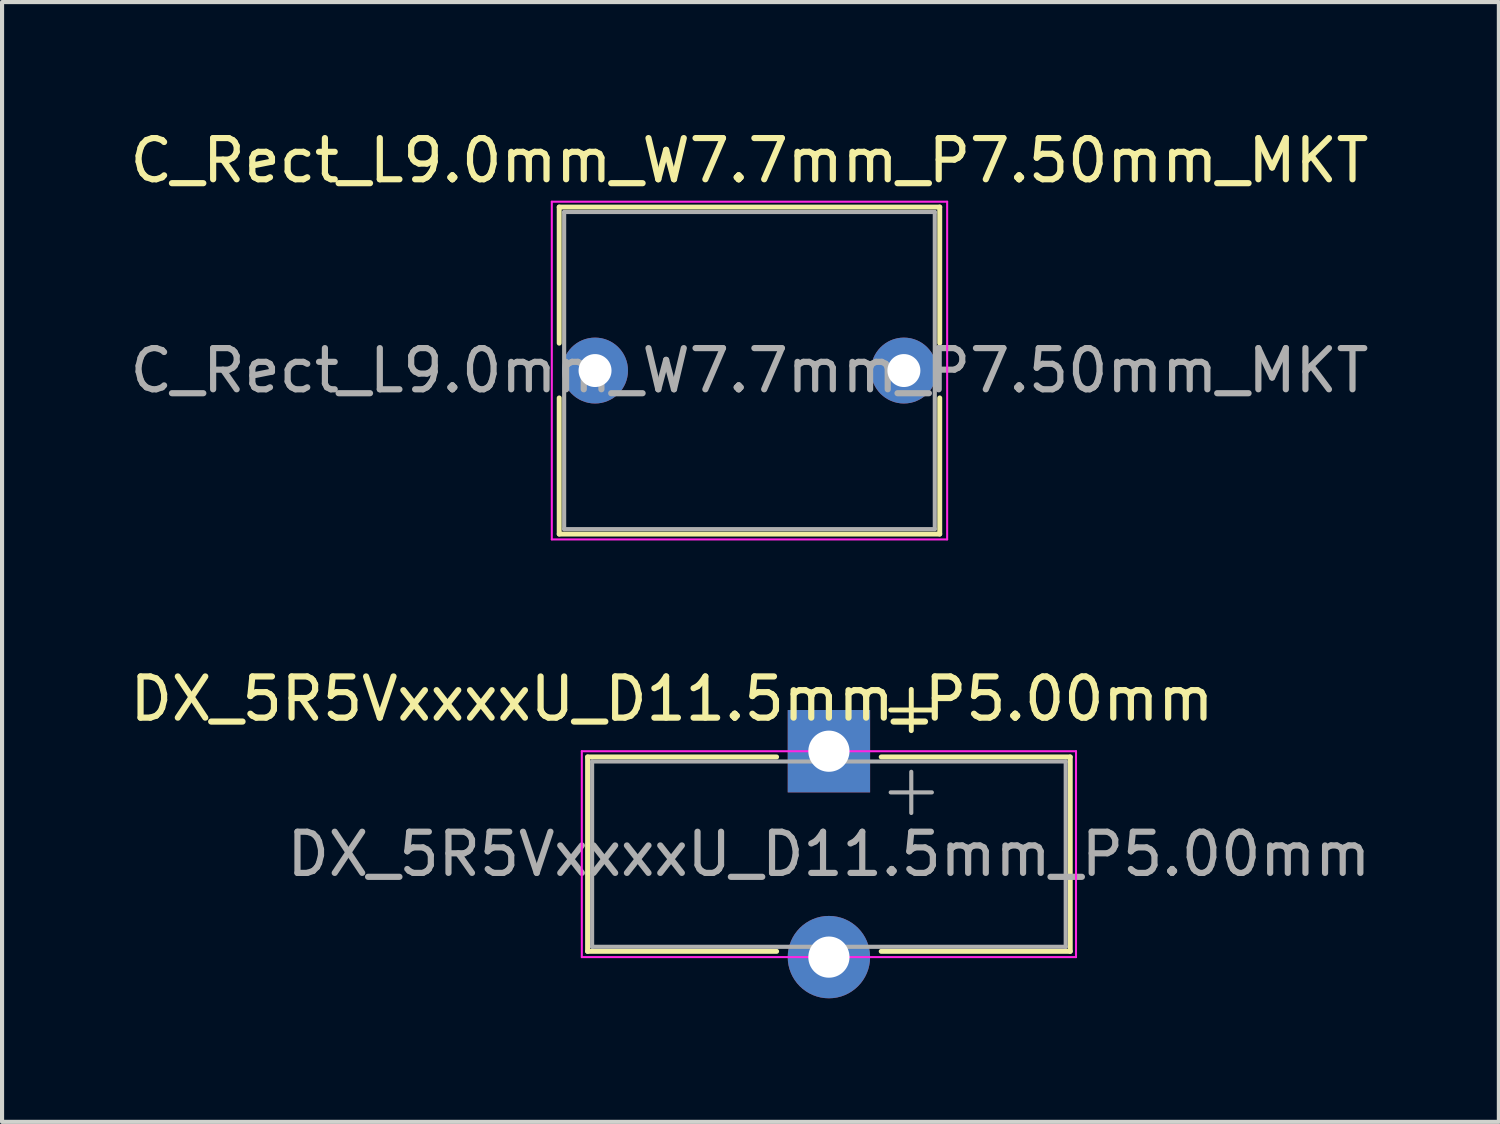
<source format=kicad_pcb>
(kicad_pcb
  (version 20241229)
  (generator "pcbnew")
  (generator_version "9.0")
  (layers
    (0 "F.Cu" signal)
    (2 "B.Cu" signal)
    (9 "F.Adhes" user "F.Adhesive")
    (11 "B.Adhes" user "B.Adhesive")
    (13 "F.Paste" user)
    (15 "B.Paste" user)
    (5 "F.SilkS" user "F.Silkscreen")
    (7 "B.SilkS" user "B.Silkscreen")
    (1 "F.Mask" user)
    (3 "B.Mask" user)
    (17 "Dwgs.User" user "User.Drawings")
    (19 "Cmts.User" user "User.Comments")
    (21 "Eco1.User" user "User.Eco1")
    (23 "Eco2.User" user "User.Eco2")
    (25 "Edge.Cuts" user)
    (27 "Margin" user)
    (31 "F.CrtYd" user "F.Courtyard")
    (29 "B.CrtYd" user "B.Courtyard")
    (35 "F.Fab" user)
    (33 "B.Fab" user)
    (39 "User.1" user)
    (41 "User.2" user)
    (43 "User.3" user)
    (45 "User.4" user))
  (footprint "C_Rect_L9.0mm_W7.7mm_P7.50mm_MKT"
    (layer "F.Cu")
    (at 11.399 5.948)
    (property "Reference" "C_Rect_L9.0mm_W7.7mm_P7.50mm_MKT" (at 3.75 -5.1 0) (layer "F.SilkS") (effects (font (size 1 1) (thickness 0.15))))
    (attr through_hole)
    (fp_line (start -0.87 -3.97) (end -0.87 -0.665) (stroke (width 0.12) (type solid)) (layer "F.SilkS"))
    (fp_line (start -0.87 -3.97) (end 8.37 -3.97) (stroke (width 0.12) (type solid)) (layer "F.SilkS"))
    (fp_line (start -0.87 0.665) (end -0.87 3.97) (stroke (width 0.12) (type solid)) (layer "F.SilkS"))
    (fp_line (start -0.87 3.97) (end 8.37 3.97) (stroke (width 0.12) (type solid)) (layer "F.SilkS"))
    (fp_line (start 8.37 -3.97) (end 8.37 -0.665) (stroke (width 0.12) (type solid)) (layer "F.SilkS"))
    (fp_line (start 8.37 0.665) (end 8.37 3.97) (stroke (width 0.12) (type solid)) (layer "F.SilkS"))
    (fp_line (start -1.05 -4.1) (end -1.05 4.1) (stroke (width 0.05) (type solid)) (layer "F.CrtYd"))
    (fp_line (start -1.05 4.1) (end 8.55 4.1) (stroke (width 0.05) (type solid)) (layer "F.CrtYd"))
    (fp_line (start 8.55 -4.1) (end -1.05 -4.1) (stroke (width 0.05) (type solid)) (layer "F.CrtYd"))
    (fp_line (start 8.55 4.1) (end 8.55 -4.1) (stroke (width 0.05) (type solid)) (layer "F.CrtYd"))
    (fp_line (start -0.75 -3.85) (end -0.75 3.85) (stroke (width 0.1) (type solid)) (layer "F.Fab"))
    (fp_line (start -0.75 3.85) (end 8.25 3.85) (stroke (width 0.1) (type solid)) (layer "F.Fab"))
    (fp_line (start 8.25 -3.85) (end -0.75 -3.85) (stroke (width 0.1) (type solid)) (layer "F.Fab"))
    (fp_line (start 8.25 3.85) (end 8.25 -3.85) (stroke (width 0.1) (type solid)) (layer "F.Fab"))
    (fp_text user "${REFERENCE}" (at 3.75 0 0) (layer "F.Fab") (effects (font (size 1 1) (thickness 0.15))))
    (pad "1" thru_hole circle (at 0 0) (size 1.6 1.6) (drill 0.8) (layers "*.Cu" "*.Mask"))
    (pad "2" thru_hole circle (at 7.5 0) (size 1.6 1.6) (drill 0.8) (layers "*.Cu" "*.Mask")))
  (footprint "DX_5R5VxxxxU_D11.5mm_P5.00mm"
    (layer "F.Cu")
    (at 17.078 15.191)
    (property "Reference" "DX_5R5VxxxxU_D11.5mm_P5.00mm" (at -3.81 -1.27 0) (layer "F.SilkS") (effects (font (size 1 1) (thickness 0.15))))
    (fp_line (start -5.86 0.14) (end -5.86 4.86) (stroke (width 0.12) (type solid)) (layer "F.SilkS"))
    (fp_line (start -5.86 0.14) (end -1.27 0.14) (stroke (width 0.12) (type solid)) (layer "F.SilkS"))
    (fp_line (start -1.27 4.86) (end -5.86 4.86) (stroke (width 0.12) (type solid)) (layer "F.SilkS"))
    (fp_line (start 1.27 0.14) (end 5.86 0.14) (stroke (width 0.12) (type solid)) (layer "F.SilkS"))
    (fp_line (start 1.5 -1) (end 2.5 -1) (stroke (width 0.12) (type solid)) (layer "F.SilkS"))
    (fp_line (start 2 -1.5) (end 2 -0.5) (stroke (width 0.12) (type solid)) (layer "F.SilkS"))
    (fp_line (start 5.86 0.14) (end 5.86 4.86) (stroke (width 0.12) (type solid)) (layer "F.SilkS"))
    (fp_line (start 5.86 4.86) (end 1.27 4.86) (stroke (width 0.12) (type solid)) (layer "F.SilkS"))
    (fp_line (start -6 0) (end -6 5) (stroke (width 0.05) (type solid)) (layer "F.CrtYd"))
    (fp_line (start -6 0) (end 6 0) (stroke (width 0.05) (type solid)) (layer "F.CrtYd"))
    (fp_line (start 6 0) (end 6 5) (stroke (width 0.05) (type solid)) (layer "F.CrtYd"))
    (fp_line (start 6 5) (end -6 5) (stroke (width 0.05) (type solid)) (layer "F.CrtYd"))
    (fp_line (start -5.75 0.25) (end -5.75 4.75) (stroke (width 0.1) (type solid)) (layer "F.Fab"))
    (fp_line (start -5.75 0.25) (end 5.75 0.25) (stroke (width 0.1) (type solid)) (layer "F.Fab"))
    (fp_line (start -5.75 4.75) (end 5.75 4.75) (stroke (width 0.1) (type solid)) (layer "F.Fab"))
    (fp_line (start 1.5 1) (end 2.5 1) (stroke (width 0.1) (type solid)) (layer "F.Fab"))
    (fp_line (start 2 0.5) (end 2 1.5) (stroke (width 0.1) (type solid)) (layer "F.Fab"))
    (fp_line (start 5.75 0.25) (end 5.75 4.75) (stroke (width 0.1) (type solid)) (layer "F.Fab"))
    (fp_text user "${REFERENCE}" (at 0 2.5 0) (layer "F.Fab") (effects (font (size 1 1) (thickness 0.15))))
    (pad "1" thru_hole rect (at 0 0) (size 2 2) (drill 1) (layers "*.Cu" "*.Mask"))
    (pad "2" thru_hole circle (at 0 5) (size 2 2) (drill 1) (layers "*.Cu" "*.Mask")))
  (gr_rect
    (start -3 -3)
    (end 33.346 24.192)
    (stroke (width 0.1) (type default))
    (fill no)
    (layer "Edge.Cuts")))
</source>
